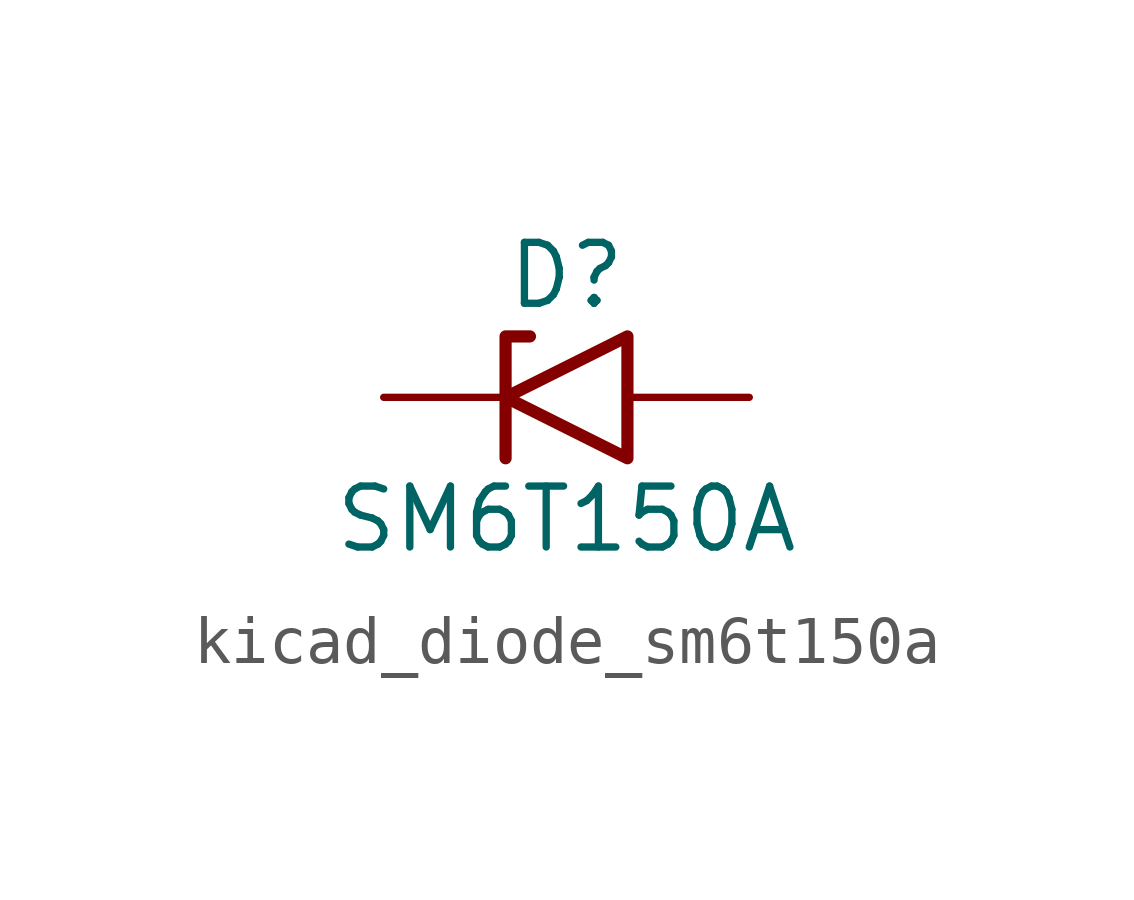
<source format=kicad_sym>
(kicad_symbol_lib
  (version 20220914)
  (generator kicad_symbol_editor)
  (symbol "kicad_diode_sm6t150a"
    (pin_numbers hide)
    (pin_names
      (offset 1.016) hide)
    (property "Reference" "D"
      (at 0 2.54 0)
      (effects (font (size 1.27 1.27))))
    (property "Value" "SM6T150A"
      (at 0 -2.54 0)
      (effects (font (size 1.27 1.27))))
    (symbol "kicad_diode_sm6t150a_0_1"
      (polyline (pts (xy -0.762 1.27) (xy -1.27 1.27) (xy -1.27 -1.27)) (stroke (width 0.254) (type default)) (fill (type none)))
      (polyline (pts (xy 1.27 1.27) (xy 1.27 -1.27) (xy -1.27 0) (xy 1.27 1.27)) (stroke (width 0.254) (type default)) (fill (type none))))
    (symbol "kicad_diode_sm6t150a_1_1"
      (pin passive line (at -3.81 0 0) (length 2.54) (name "A1" (effects (font (size 1.27 1.27)))) (number "1" (effects (font (size 1.27 1.27)))))
      (pin passive line (at 3.81 0 180) (length 2.54) (name "A2" (effects (font (size 1.27 1.27)))) (number "2" (effects (font (size 1.27 1.27))))))))
</source>
